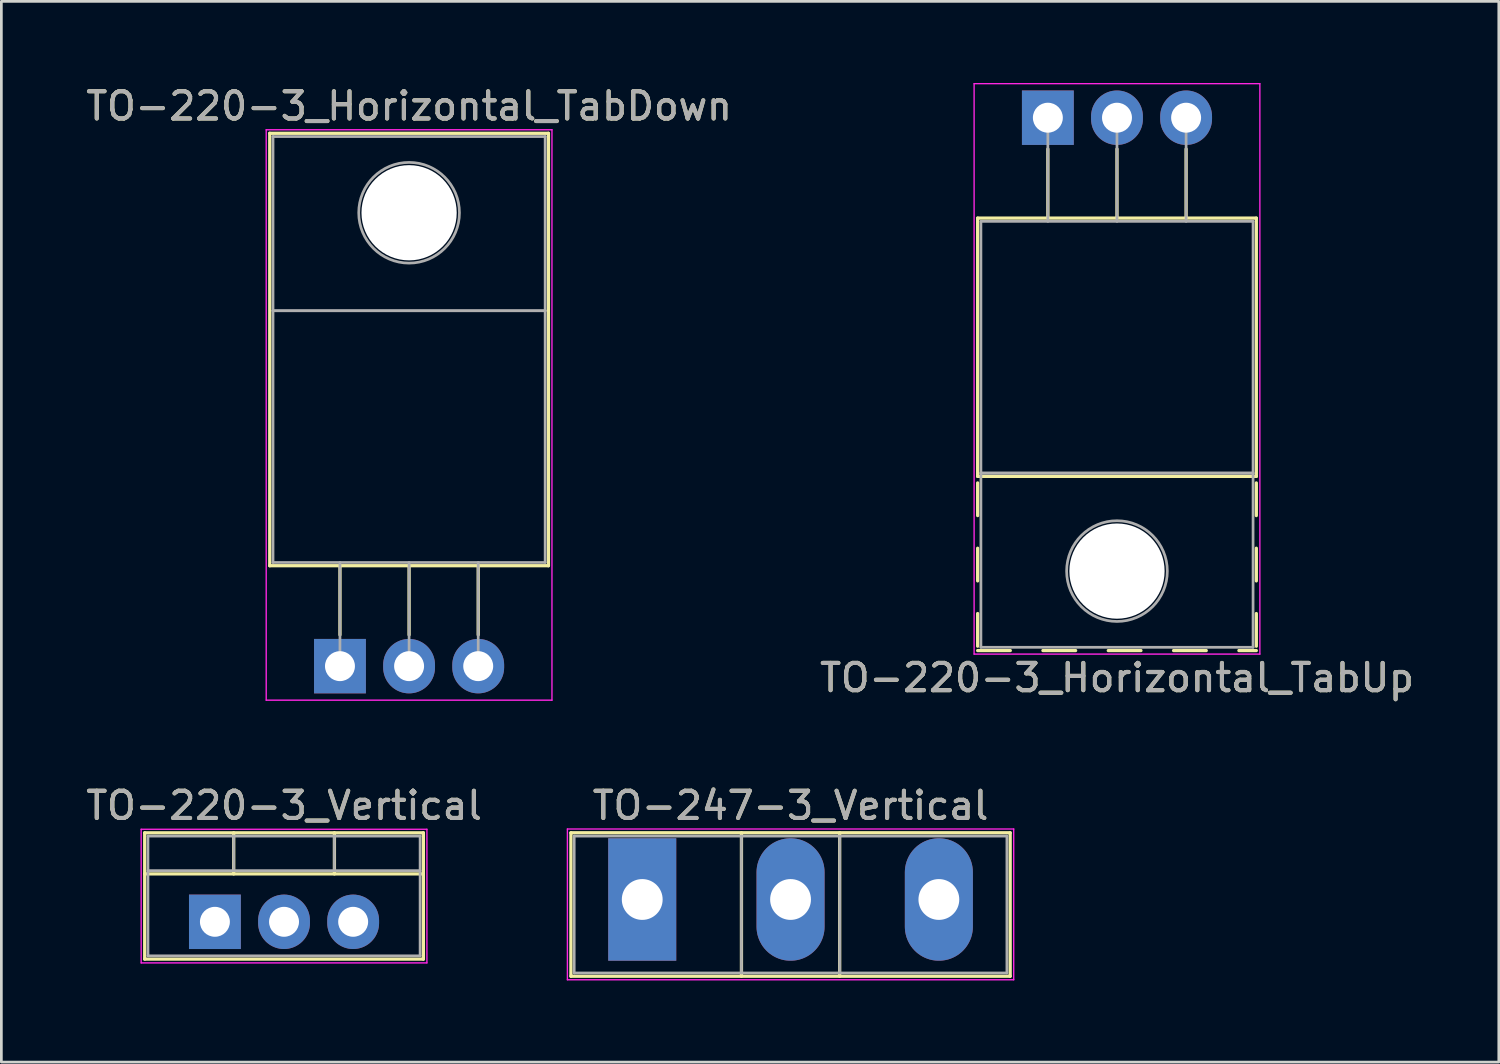
<source format=kicad_pcb>
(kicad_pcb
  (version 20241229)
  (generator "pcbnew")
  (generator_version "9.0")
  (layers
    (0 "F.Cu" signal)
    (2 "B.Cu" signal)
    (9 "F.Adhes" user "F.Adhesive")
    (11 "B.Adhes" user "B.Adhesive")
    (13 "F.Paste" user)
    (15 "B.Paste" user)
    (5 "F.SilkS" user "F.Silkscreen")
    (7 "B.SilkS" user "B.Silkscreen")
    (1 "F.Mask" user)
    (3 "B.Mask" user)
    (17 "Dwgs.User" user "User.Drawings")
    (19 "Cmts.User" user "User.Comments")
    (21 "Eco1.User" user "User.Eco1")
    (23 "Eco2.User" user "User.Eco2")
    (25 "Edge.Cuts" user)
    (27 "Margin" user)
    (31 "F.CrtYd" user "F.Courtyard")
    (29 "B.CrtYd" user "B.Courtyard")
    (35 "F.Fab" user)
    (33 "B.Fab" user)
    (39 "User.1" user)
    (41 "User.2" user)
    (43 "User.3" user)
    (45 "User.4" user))
  (footprint "TO-220-3_Vertical"
    (layer "F.Cu")
    (at 4.847 30.822)
    (property "Reference" "TO-220-3_Vertical" (at 2.54 -4.27 0) (layer "F.SilkS") (effects (font (size 1 1) (thickness 0.15))))
    (attr through_hole)
    (fp_line (start -2.58 -3.27) (end -2.58 1.371) (stroke (width 0.12) (type solid)) (layer "F.SilkS"))
    (fp_line (start -2.58 -3.27) (end 7.66 -3.27) (stroke (width 0.12) (type solid)) (layer "F.SilkS"))
    (fp_line (start -2.58 -1.76) (end 7.66 -1.76) (stroke (width 0.12) (type solid)) (layer "F.SilkS"))
    (fp_line (start -2.58 1.371) (end 7.66 1.371) (stroke (width 0.12) (type solid)) (layer "F.SilkS"))
    (fp_line (start 0.69 -3.27) (end 0.69 -1.76) (stroke (width 0.12) (type solid)) (layer "F.SilkS"))
    (fp_line (start 4.391 -3.27) (end 4.391 -1.76) (stroke (width 0.12) (type solid)) (layer "F.SilkS"))
    (fp_line (start 7.66 -3.27) (end 7.66 1.371) (stroke (width 0.12) (type solid)) (layer "F.SilkS"))
    (fp_line (start -2.71 -3.4) (end -2.71 1.51) (stroke (width 0.05) (type solid)) (layer "F.CrtYd"))
    (fp_line (start -2.71 1.51) (end 7.79 1.51) (stroke (width 0.05) (type solid)) (layer "F.CrtYd"))
    (fp_line (start 7.79 -3.4) (end -2.71 -3.4) (stroke (width 0.05) (type solid)) (layer "F.CrtYd"))
    (fp_line (start 7.79 1.51) (end 7.79 -3.4) (stroke (width 0.05) (type solid)) (layer "F.CrtYd"))
    (fp_line (start -2.46 -3.15) (end -2.46 1.25) (stroke (width 0.1) (type solid)) (layer "F.Fab"))
    (fp_line (start -2.46 -1.88) (end 7.54 -1.88) (stroke (width 0.1) (type solid)) (layer "F.Fab"))
    (fp_line (start -2.46 1.25) (end 7.54 1.25) (stroke (width 0.1) (type solid)) (layer "F.Fab"))
    (fp_line (start 0.69 -3.15) (end 0.69 -1.88) (stroke (width 0.1) (type solid)) (layer "F.Fab"))
    (fp_line (start 4.39 -3.15) (end 4.39 -1.88) (stroke (width 0.1) (type solid)) (layer "F.Fab"))
    (fp_line (start 7.54 -3.15) (end -2.46 -3.15) (stroke (width 0.1) (type solid)) (layer "F.Fab"))
    (fp_line (start 7.54 1.25) (end 7.54 -3.15) (stroke (width 0.1) (type solid)) (layer "F.Fab"))
    (fp_text user "${REFERENCE}" (at 2.54 -4.27 0) (layer "F.Fab") (effects (font (size 1 1) (thickness 0.15))))
    (pad "1" thru_hole rect (at 0 0) (size 1.905 2) (drill 1.1) (layers "*.Cu" "*.Mask"))
    (pad "2" thru_hole oval (at 2.54 0) (size 1.905 2) (drill 1.1) (layers "*.Cu" "*.Mask"))
    (pad "3" thru_hole oval (at 5.08 0) (size 1.905 2) (drill 1.1) (layers "*.Cu" "*.Mask")))
  (footprint "TO-220-3_Horizontal_TabDown"
    (layer "F.Cu")
    (at 9.442 21.428)
    (property "Reference" "TO-220-3_Horizontal_TabDown" (at 2.54 -20.58 0) (layer "F.SilkS") (effects (font (size 1 1) (thickness 0.15))))
    (attr through_hole)
    (fp_line (start -2.58 -19.58) (end -2.58 -3.69) (stroke (width 0.12) (type solid)) (layer "F.SilkS"))
    (fp_line (start -2.58 -19.58) (end 7.66 -19.58) (stroke (width 0.12) (type solid)) (layer "F.SilkS"))
    (fp_line (start -2.58 -3.69) (end 7.66 -3.69) (stroke (width 0.12) (type solid)) (layer "F.SilkS"))
    (fp_line (start 0 -3.69) (end 0 -1.15) (stroke (width 0.12) (type solid)) (layer "F.SilkS"))
    (fp_line (start 2.54 -3.69) (end 2.54 -1.15) (stroke (width 0.12) (type solid)) (layer "F.SilkS"))
    (fp_line (start 5.08 -3.69) (end 5.08 -1.15) (stroke (width 0.12) (type solid)) (layer "F.SilkS"))
    (fp_line (start 7.66 -19.58) (end 7.66 -3.69) (stroke (width 0.12) (type solid)) (layer "F.SilkS"))
    (fp_line (start -2.71 -19.71) (end -2.71 1.25) (stroke (width 0.05) (type solid)) (layer "F.CrtYd"))
    (fp_line (start -2.71 1.25) (end 7.79 1.25) (stroke (width 0.05) (type solid)) (layer "F.CrtYd"))
    (fp_line (start 7.79 -19.71) (end -2.71 -19.71) (stroke (width 0.05) (type solid)) (layer "F.CrtYd"))
    (fp_line (start 7.79 1.25) (end 7.79 -19.71) (stroke (width 0.05) (type solid)) (layer "F.CrtYd"))
    (fp_line (start -2.46 -19.46) (end 7.54 -19.46) (stroke (width 0.1) (type solid)) (layer "F.Fab"))
    (fp_line (start -2.46 -13.06) (end -2.46 -19.46) (stroke (width 0.1) (type solid)) (layer "F.Fab"))
    (fp_line (start -2.46 -13.06) (end 7.54 -13.06) (stroke (width 0.1) (type solid)) (layer "F.Fab"))
    (fp_line (start -2.46 -3.81) (end -2.46 -13.06) (stroke (width 0.1) (type solid)) (layer "F.Fab"))
    (fp_line (start 0 -3.81) (end 0 0) (stroke (width 0.1) (type solid)) (layer "F.Fab"))
    (fp_line (start 2.54 -3.81) (end 2.54 0) (stroke (width 0.1) (type solid)) (layer "F.Fab"))
    (fp_line (start 5.08 -3.81) (end 5.08 0) (stroke (width 0.1) (type solid)) (layer "F.Fab"))
    (fp_line (start 7.54 -19.46) (end 7.54 -13.06) (stroke (width 0.1) (type solid)) (layer "F.Fab"))
    (fp_line (start 7.54 -13.06) (end -2.46 -13.06) (stroke (width 0.1) (type solid)) (layer "F.Fab"))
    (fp_line (start 7.54 -13.06) (end 7.54 -3.81) (stroke (width 0.1) (type solid)) (layer "F.Fab"))
    (fp_line (start 7.54 -3.81) (end -2.46 -3.81) (stroke (width 0.1) (type solid)) (layer "F.Fab"))
    (fp_circle (center 2.54 -16.66) (end 4.39 -16.66) (stroke (width 0.1) (type solid)) (fill no) (layer "F.Fab"))
    (fp_text user "${REFERENCE}" (at 2.54 -20.58 0) (layer "F.Fab") (effects (font (size 1 1) (thickness 0.15))))
    (pad "" np_thru_hole oval (at 2.54 -16.66) (size 3.5 3.5) (drill 3.5) (layers "*.Cu" "*.Mask"))
    (pad "1" thru_hole rect (at 0 0) (size 1.905 2) (drill 1.1) (layers "*.Cu" "*.Mask"))
    (pad "2" thru_hole oval (at 2.54 0) (size 1.905 2) (drill 1.1) (layers "*.Cu" "*.Mask"))
    (pad "3" thru_hole oval (at 5.08 0) (size 1.905 2) (drill 1.1) (layers "*.Cu" "*.Mask")))
  (footprint "TO-247-3_Vertical"
    (layer "F.Cu")
    (at 20.549 30.002)
    (property "Reference" "TO-247-3_Vertical" (at 5.45 -3.45 0) (layer "F.SilkS") (effects (font (size 1 1) (thickness 0.15))))
    (attr through_hole)
    (fp_line (start -2.62 -2.451) (end -2.62 2.82) (stroke (width 0.12) (type solid)) (layer "F.SilkS"))
    (fp_line (start -2.62 -2.451) (end 13.52 -2.451) (stroke (width 0.12) (type solid)) (layer "F.SilkS"))
    (fp_line (start -2.62 2.82) (end 13.52 2.82) (stroke (width 0.12) (type solid)) (layer "F.SilkS"))
    (fp_line (start 3.646 -2.451) (end 3.646 2.82) (stroke (width 0.12) (type solid)) (layer "F.SilkS"))
    (fp_line (start 7.255 -2.451) (end 7.255 2.82) (stroke (width 0.12) (type solid)) (layer "F.SilkS"))
    (fp_line (start 13.52 -2.451) (end 13.52 2.82) (stroke (width 0.12) (type solid)) (layer "F.SilkS"))
    (fp_line (start -2.75 -2.59) (end -2.75 2.95) (stroke (width 0.05) (type solid)) (layer "F.CrtYd"))
    (fp_line (start -2.75 2.95) (end 13.65 2.95) (stroke (width 0.05) (type solid)) (layer "F.CrtYd"))
    (fp_line (start 13.65 -2.59) (end -2.75 -2.59) (stroke (width 0.05) (type solid)) (layer "F.CrtYd"))
    (fp_line (start 13.65 2.95) (end 13.65 -2.59) (stroke (width 0.05) (type solid)) (layer "F.CrtYd"))
    (fp_line (start -2.5 -2.33) (end -2.5 2.7) (stroke (width 0.1) (type solid)) (layer "F.Fab"))
    (fp_line (start -2.5 2.7) (end 13.4 2.7) (stroke (width 0.1) (type solid)) (layer "F.Fab"))
    (fp_line (start 3.645 -2.33) (end 3.645 2.7) (stroke (width 0.1) (type solid)) (layer "F.Fab"))
    (fp_line (start 7.255 -2.33) (end 7.255 2.7) (stroke (width 0.1) (type solid)) (layer "F.Fab"))
    (fp_line (start 13.4 -2.33) (end -2.5 -2.33) (stroke (width 0.1) (type solid)) (layer "F.Fab"))
    (fp_line (start 13.4 2.7) (end 13.4 -2.33) (stroke (width 0.1) (type solid)) (layer "F.Fab"))
    (fp_text user "${REFERENCE}" (at 5.45 -3.45 0) (layer "F.Fab") (effects (font (size 1 1) (thickness 0.15))))
    (pad "1" thru_hole rect (at 0 0) (size 2.5 4.5) (drill 1.5) (layers "*.Cu" "*.Mask"))
    (pad "2" thru_hole oval (at 5.45 0) (size 2.5 4.5) (drill 1.5) (layers "*.Cu" "*.Mask"))
    (pad "3" thru_hole oval (at 10.9 0) (size 2.5 4.5) (drill 1.5) (layers "*.Cu" "*.Mask")))
  (footprint "TO-220-3_Horizontal_TabUp"
    (layer "F.Cu")
    (at 35.454 1.275)
    (property "Reference" "TO-220-3_Horizontal_TabUp" (at 2.54 20.58 0) (layer "F.SilkS") (effects (font (size 1 1) (thickness 0.15))))
    (attr through_hole)
    (fp_line (start -2.58 3.69) (end -2.58 13.18) (stroke (width 0.12) (type solid)) (layer "F.SilkS"))
    (fp_line (start -2.58 3.69) (end 7.66 3.69) (stroke (width 0.12) (type solid)) (layer "F.SilkS"))
    (fp_line (start -2.58 13.18) (end 7.66 13.18) (stroke (width 0.12) (type solid)) (layer "F.SilkS"))
    (fp_line (start -2.58 13.42) (end -2.58 14.62) (stroke (width 0.12) (type solid)) (layer "F.SilkS"))
    (fp_line (start -2.58 15.82) (end -2.58 17.02) (stroke (width 0.12) (type solid)) (layer "F.SilkS"))
    (fp_line (start -2.58 18.22) (end -2.58 19.42) (stroke (width 0.12) (type solid)) (layer "F.SilkS"))
    (fp_line (start -2.58 19.58) (end -1.38 19.58) (stroke (width 0.12) (type solid)) (layer "F.SilkS"))
    (fp_line (start -0.181 19.58) (end 1.02 19.58) (stroke (width 0.12) (type solid)) (layer "F.SilkS"))
    (fp_line (start 0 1.15) (end 0 3.69) (stroke (width 0.12) (type solid)) (layer "F.SilkS"))
    (fp_line (start 2.22 19.58) (end 3.42 19.58) (stroke (width 0.12) (type solid)) (layer "F.SilkS"))
    (fp_line (start 2.54 1.15) (end 2.54 3.69) (stroke (width 0.12) (type solid)) (layer "F.SilkS"))
    (fp_line (start 4.62 19.58) (end 5.82 19.58) (stroke (width 0.12) (type solid)) (layer "F.SilkS"))
    (fp_line (start 5.08 1.15) (end 5.08 3.69) (stroke (width 0.12) (type solid)) (layer "F.SilkS"))
    (fp_line (start 7.02 19.58) (end 7.66 19.58) (stroke (width 0.12) (type solid)) (layer "F.SilkS"))
    (fp_line (start 7.66 3.69) (end 7.66 13.18) (stroke (width 0.12) (type solid)) (layer "F.SilkS"))
    (fp_line (start 7.66 13.42) (end 7.66 14.62) (stroke (width 0.12) (type solid)) (layer "F.SilkS"))
    (fp_line (start 7.66 15.82) (end 7.66 17.02) (stroke (width 0.12) (type solid)) (layer "F.SilkS"))
    (fp_line (start 7.66 18.22) (end 7.66 19.42) (stroke (width 0.12) (type solid)) (layer "F.SilkS"))
    (fp_line (start -2.71 -1.25) (end -2.71 19.71) (stroke (width 0.05) (type solid)) (layer "F.CrtYd"))
    (fp_line (start -2.71 19.71) (end 7.79 19.71) (stroke (width 0.05) (type solid)) (layer "F.CrtYd"))
    (fp_line (start 7.79 -1.25) (end -2.71 -1.25) (stroke (width 0.05) (type solid)) (layer "F.CrtYd"))
    (fp_line (start 7.79 19.71) (end 7.79 -1.25) (stroke (width 0.05) (type solid)) (layer "F.CrtYd"))
    (fp_line (start -2.46 3.81) (end -2.46 13.06) (stroke (width 0.1) (type solid)) (layer "F.Fab"))
    (fp_line (start -2.46 13.06) (end -2.46 19.46) (stroke (width 0.1) (type solid)) (layer "F.Fab"))
    (fp_line (start -2.46 13.06) (end 7.54 13.06) (stroke (width 0.1) (type solid)) (layer "F.Fab"))
    (fp_line (start -2.46 19.46) (end 7.54 19.46) (stroke (width 0.1) (type solid)) (layer "F.Fab"))
    (fp_line (start 0 3.81) (end 0 0) (stroke (width 0.1) (type solid)) (layer "F.Fab"))
    (fp_line (start 2.54 3.81) (end 2.54 0) (stroke (width 0.1) (type solid)) (layer "F.Fab"))
    (fp_line (start 5.08 3.81) (end 5.08 0) (stroke (width 0.1) (type solid)) (layer "F.Fab"))
    (fp_line (start 7.54 3.81) (end -2.46 3.81) (stroke (width 0.1) (type solid)) (layer "F.Fab"))
    (fp_line (start 7.54 13.06) (end -2.46 13.06) (stroke (width 0.1) (type solid)) (layer "F.Fab"))
    (fp_line (start 7.54 13.06) (end 7.54 3.81) (stroke (width 0.1) (type solid)) (layer "F.Fab"))
    (fp_line (start 7.54 19.46) (end 7.54 13.06) (stroke (width 0.1) (type solid)) (layer "F.Fab"))
    (fp_circle (center 2.54 16.66) (end 4.39 16.66) (stroke (width 0.1) (type solid)) (fill no) (layer "F.Fab"))
    (fp_text user "${REFERENCE}" (at 2.54 20.58 0) (layer "F.Fab") (effects (font (size 1 1) (thickness 0.15))))
    (pad "" np_thru_hole oval (at 2.54 16.66) (size 3.5 3.5) (drill 3.5) (layers "*.Cu" "*.Mask"))
    (pad "1" thru_hole rect (at 0 0) (size 1.905 2) (drill 1.1) (layers "*.Cu" "*.Mask"))
    (pad "2" thru_hole oval (at 2.54 0) (size 1.905 2) (drill 1.1) (layers "*.Cu" "*.Mask"))
    (pad "3" thru_hole oval (at 5.08 0) (size 1.905 2) (drill 1.1) (layers "*.Cu" "*.Mask")))
  (gr_rect
    (start -3 -3)
    (end 52.024 35.977)
    (stroke (width 0.1) (type default))
    (fill no)
    (layer "Edge.Cuts")))
</source>
